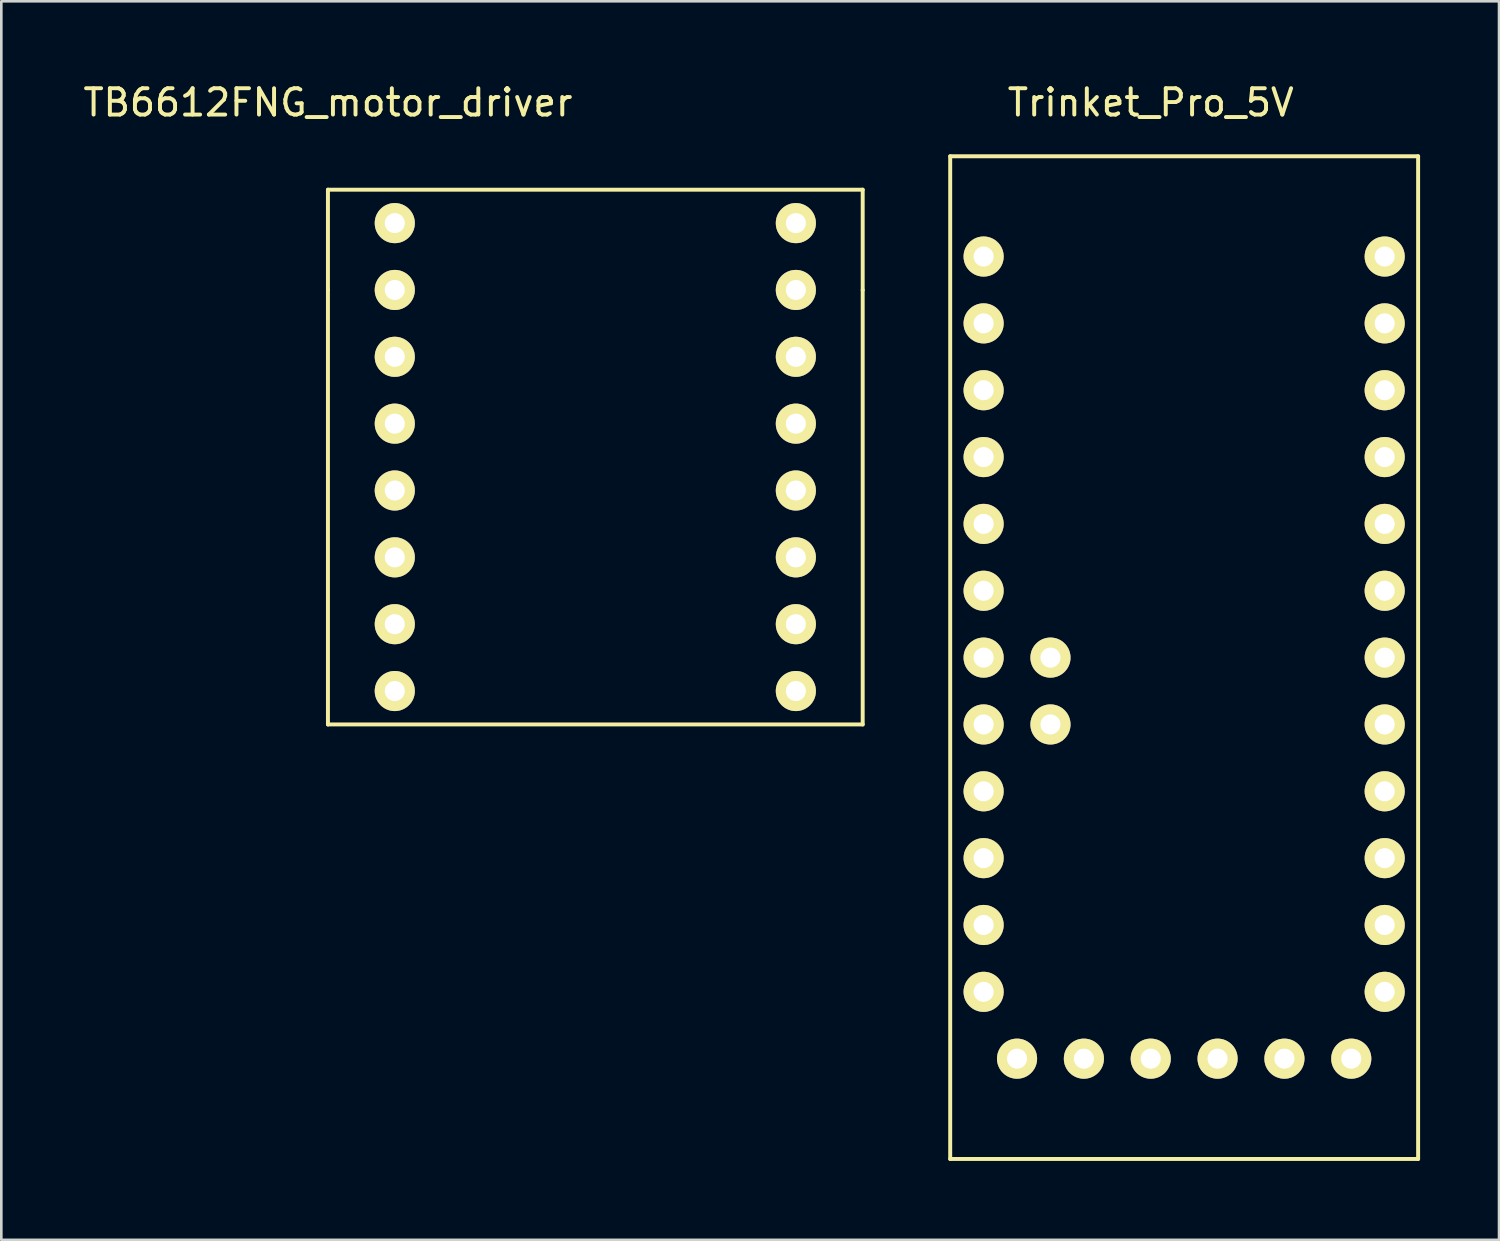
<source format=kicad_pcb>
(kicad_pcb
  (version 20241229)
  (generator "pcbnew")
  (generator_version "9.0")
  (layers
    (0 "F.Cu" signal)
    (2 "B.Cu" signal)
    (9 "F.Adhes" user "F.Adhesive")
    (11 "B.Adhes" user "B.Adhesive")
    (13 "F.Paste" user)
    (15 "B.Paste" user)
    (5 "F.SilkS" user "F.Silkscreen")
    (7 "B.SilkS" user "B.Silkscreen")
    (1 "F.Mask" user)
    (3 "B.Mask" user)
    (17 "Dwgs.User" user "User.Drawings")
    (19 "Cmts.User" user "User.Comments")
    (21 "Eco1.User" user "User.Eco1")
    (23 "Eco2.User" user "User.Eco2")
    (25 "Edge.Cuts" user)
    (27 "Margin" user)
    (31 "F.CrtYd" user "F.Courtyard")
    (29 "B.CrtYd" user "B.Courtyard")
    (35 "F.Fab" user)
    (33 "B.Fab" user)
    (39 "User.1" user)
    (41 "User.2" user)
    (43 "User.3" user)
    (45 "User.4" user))
  (footprint "TB6612FNG_motor_driver"
    (layer "F.Cu")
    (at 9.411 4.158)
    (property "Reference" "TB6612FNG_motor_driver" (at 0 -3.31 0) (layer "F.SilkS") (effects (font (size 1 1) (thickness 0.15))))
    (attr through_hole)
    (fp_line (start 0 0) (end 20.32 0) (stroke (width 0.15) (type solid)) (layer "F.SilkS"))
    (fp_line (start 0 3.81) (end 0 0) (stroke (width 0.15) (type solid)) (layer "F.SilkS"))
    (fp_line (start 0 20.32) (end 0 3.81) (stroke (width 0.15) (type solid)) (layer "F.SilkS"))
    (fp_line (start 20.32 0) (end 20.32 3.81) (stroke (width 0.15) (type solid)) (layer "F.SilkS"))
    (fp_line (start 20.32 3.81) (end 20.32 20.32) (stroke (width 0.15) (type solid)) (layer "F.SilkS"))
    (fp_line (start 20.32 20.32) (end 0 20.32) (stroke (width 0.15) (type solid)) (layer "F.SilkS"))
    (pad "1" thru_hole circle (at 2.54 1.27) (size 1.524 1.524) (drill 0.762) (layers "*.Cu" "*.Mask" "F.SilkS"))
    (pad "2" thru_hole circle (at 2.54 3.81) (size 1.524 1.524) (drill 0.762) (layers "*.Cu" "*.Mask" "F.SilkS"))
    (pad "3" thru_hole circle (at 2.54 6.35) (size 1.524 1.524) (drill 0.762) (layers "*.Cu" "*.Mask" "F.SilkS"))
    (pad "4" thru_hole circle (at 2.54 8.89) (size 1.524 1.524) (drill 0.762) (layers "*.Cu" "*.Mask" "F.SilkS"))
    (pad "5" thru_hole circle (at 2.54 11.43) (size 1.524 1.524) (drill 0.762) (layers "*.Cu" "*.Mask" "F.SilkS"))
    (pad "6" thru_hole circle (at 2.54 13.97) (size 1.524 1.524) (drill 0.762) (layers "*.Cu" "*.Mask" "F.SilkS"))
    (pad "7" thru_hole circle (at 2.54 16.51) (size 1.524 1.524) (drill 0.762) (layers "*.Cu" "*.Mask" "F.SilkS"))
    (pad "8" thru_hole circle (at 2.54 19.05) (size 1.524 1.524) (drill 0.762) (layers "*.Cu" "*.Mask" "F.SilkS"))
    (pad "9" thru_hole circle (at 17.78 1.27) (size 1.524 1.524) (drill 0.762) (layers "*.Cu" "*.Mask" "F.SilkS"))
    (pad "10" thru_hole circle (at 17.78 3.81) (size 1.524 1.524) (drill 0.762) (layers "*.Cu" "*.Mask" "F.SilkS"))
    (pad "11" thru_hole circle (at 17.78 6.35) (size 1.524 1.524) (drill 0.762) (layers "*.Cu" "*.Mask" "F.SilkS"))
    (pad "12" thru_hole circle (at 17.78 8.89) (size 1.524 1.524) (drill 0.762) (layers "*.Cu" "*.Mask" "F.SilkS"))
    (pad "13" thru_hole circle (at 17.78 11.43) (size 1.524 1.524) (drill 0.762) (layers "*.Cu" "*.Mask" "F.SilkS"))
    (pad "14" thru_hole circle (at 17.78 13.97) (size 1.524 1.524) (drill 0.762) (layers "*.Cu" "*.Mask" "F.SilkS"))
    (pad "15" thru_hole circle (at 17.78 16.51) (size 1.524 1.524) (drill 0.762) (layers "*.Cu" "*.Mask" "F.SilkS"))
    (pad "16" thru_hole circle (at 17.78 19.05) (size 1.524 1.524) (drill 0.762) (layers "*.Cu" "*.Mask" "F.SilkS")))
  (footprint "Trinket_Pro_5V"
    (layer "F.Cu")
    (at 33.056 2.888)
    (property "Reference" "Trinket_Pro_5V" (at 7.62 -2.04 0) (layer "F.SilkS") (effects (font (size 1 1) (thickness 0.15))))
    (attr through_hole)
    (fp_line (start 0 0) (end 17.78 0) (stroke (width 0.15) (type solid)) (layer "F.SilkS"))
    (fp_line (start 0 38.1) (end 0 0) (stroke (width 0.15) (type solid)) (layer "F.SilkS"))
    (fp_line (start 17.78 0) (end 17.78 38.1) (stroke (width 0.15) (type solid)) (layer "F.SilkS"))
    (fp_line (start 17.78 38.1) (end 0 38.1) (stroke (width 0.15) (type solid)) (layer "F.SilkS"))
    (pad "1" thru_hole circle (at 16.51 31.75) (size 1.524 1.524) (drill 0.762) (layers "*.Cu" "*.Mask" "F.SilkS"))
    (pad "3" thru_hole circle (at 16.51 24.13) (size 1.524 1.524) (drill 0.762) (layers "*.Cu" "*.Mask" "F.SilkS"))
    (pad "4" thru_hole circle (at 16.51 21.59) (size 1.524 1.524) (drill 0.762) (layers "*.Cu" "*.Mask" "F.SilkS"))
    (pad "5" thru_hole circle (at 16.51 19.05) (size 1.524 1.524) (drill 0.762) (layers "*.Cu" "*.Mask" "F.SilkS"))
    (pad "6" thru_hole circle (at 16.51 16.51) (size 1.524 1.524) (drill 0.762) (layers "*.Cu" "*.Mask" "F.SilkS"))
    (pad "8" thru_hole circle (at 16.51 13.97) (size 1.524 1.524) (drill 0.762) (layers "*.Cu" "*.Mask" "F.SilkS"))
    (pad "9" thru_hole circle (at 1.27 3.81) (size 1.524 1.524) (drill 0.762) (layers "*.Cu" "*.Mask" "F.SilkS"))
    (pad "10" thru_hole circle (at 1.27 6.35) (size 1.524 1.524) (drill 0.762) (layers "*.Cu" "*.Mask" "F.SilkS"))
    (pad "11" thru_hole circle (at 1.27 8.89) (size 1.524 1.524) (drill 0.762) (layers "*.Cu" "*.Mask" "F.SilkS"))
    (pad "12" thru_hole circle (at 1.27 11.43) (size 1.524 1.524) (drill 0.762) (layers "*.Cu" "*.Mask" "F.SilkS"))
    (pad "13" thru_hole circle (at 1.27 13.97) (size 1.524 1.524) (drill 0.762) (layers "*.Cu" "*.Mask" "F.SilkS"))
    (pad "14" thru_hole circle (at 16.51 11.43) (size 1.524 1.524) (drill 0.762) (layers "*.Cu" "*.Mask" "F.SilkS"))
    (pad "15" thru_hole circle (at 16.51 8.89) (size 1.524 1.524) (drill 0.762) (layers "*.Cu" "*.Mask" "F.SilkS"))
    (pad "16" thru_hole circle (at 16.51 6.35) (size 1.524 1.524) (drill 0.762) (layers "*.Cu" "*.Mask" "F.SilkS"))
    (pad "17" thru_hole circle (at 16.51 3.81) (size 1.524 1.524) (drill 0.762) (layers "*.Cu" "*.Mask" "F.SilkS"))
    (pad "19" thru_hole circle (at 1.27 16.51) (size 1.524 1.524) (drill 0.762) (layers "*.Cu" "*.Mask" "F.SilkS"))
    (pad "20" thru_hole circle (at 1.27 19.05) (size 1.524 1.524) (drill 0.762) (layers "*.Cu" "*.Mask" "F.SilkS"))
    (pad "21" thru_hole circle (at 1.27 21.59) (size 1.524 1.524) (drill 0.762) (layers "*.Cu" "*.Mask" "F.SilkS"))
    (pad "22" thru_hole circle (at 1.27 24.13) (size 1.524 1.524) (drill 0.762) (layers "*.Cu" "*.Mask" "F.SilkS"))
    (pad "23" thru_hole circle (at 1.27 26.67) (size 1.524 1.524) (drill 0.762) (layers "*.Cu" "*.Mask" "F.SilkS"))
    (pad "24" thru_hole circle (at 1.27 29.21) (size 1.524 1.524) (drill 0.762) (layers "*.Cu" "*.Mask" "F.SilkS"))
    (pad "25" thru_hole circle (at 1.27 31.75) (size 1.524 1.524) (drill 0.762) (layers "*.Cu" "*.Mask" "F.SilkS"))
    (pad "26" thru_hole circle (at 3.81 19.05) (size 1.524 1.524) (drill 0.762) (layers "*.Cu" "*.Mask" "F.SilkS"))
    (pad "27" thru_hole circle (at 3.81 21.59) (size 1.524 1.524) (drill 0.762) (layers "*.Cu" "*.Mask" "F.SilkS"))
    (pad "28" thru_hole circle (at 2.54 34.29) (size 1.524 1.524) (drill 0.762) (layers "*.Cu" "*.Mask" "F.SilkS"))
    (pad "29" thru_hole circle (at 5.08 34.29) (size 1.524 1.524) (drill 0.762) (layers "*.Cu" "*.Mask" "F.SilkS"))
    (pad "30" thru_hole circle (at 7.62 34.29) (size 1.524 1.524) (drill 0.762) (layers "*.Cu" "*.Mask" "F.SilkS"))
    (pad "31" thru_hole circle (at 10.16 34.29) (size 1.524 1.524) (drill 0.762) (layers "*.Cu" "*.Mask" "F.SilkS"))
    (pad "32" thru_hole circle (at 12.7 34.29) (size 1.524 1.524) (drill 0.762) (layers "*.Cu" "*.Mask" "F.SilkS"))
    (pad "33" thru_hole circle (at 15.24 34.29) (size 1.524 1.524) (drill 0.762) (layers "*.Cu" "*.Mask" "F.SilkS"))
    (pad "34" thru_hole circle (at 16.51 29.21) (size 1.524 1.524) (drill 0.762) (layers "*.Cu" "*.Mask" "F.SilkS"))
    (pad "35" thru_hole circle (at 16.51 26.67) (size 1.524 1.524) (drill 0.762) (layers "*.Cu" "*.Mask" "F.SilkS")))
  (gr_rect
    (start -3 -3)
    (end 53.911 44.063)
    (stroke (width 0.1) (type default))
    (fill no)
    (layer "Edge.Cuts")))
</source>
